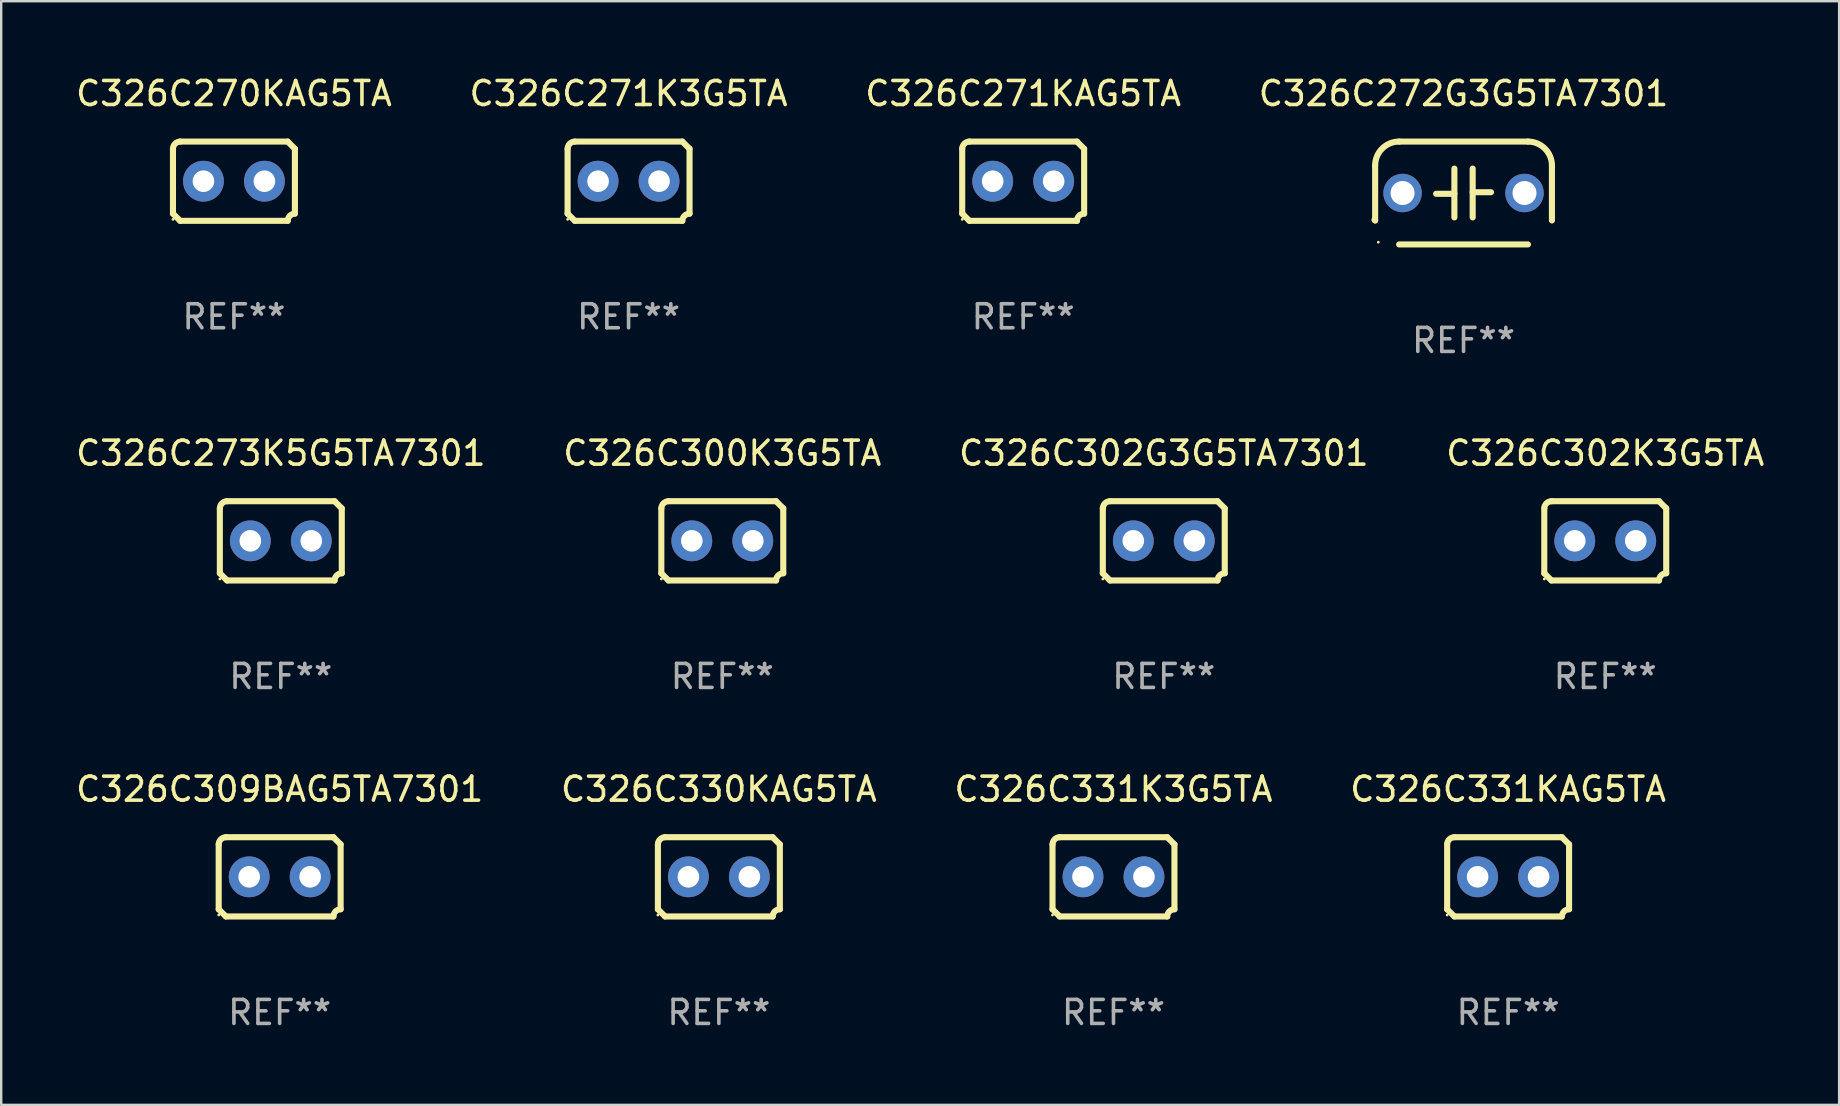
<source format=kicad_pcb>
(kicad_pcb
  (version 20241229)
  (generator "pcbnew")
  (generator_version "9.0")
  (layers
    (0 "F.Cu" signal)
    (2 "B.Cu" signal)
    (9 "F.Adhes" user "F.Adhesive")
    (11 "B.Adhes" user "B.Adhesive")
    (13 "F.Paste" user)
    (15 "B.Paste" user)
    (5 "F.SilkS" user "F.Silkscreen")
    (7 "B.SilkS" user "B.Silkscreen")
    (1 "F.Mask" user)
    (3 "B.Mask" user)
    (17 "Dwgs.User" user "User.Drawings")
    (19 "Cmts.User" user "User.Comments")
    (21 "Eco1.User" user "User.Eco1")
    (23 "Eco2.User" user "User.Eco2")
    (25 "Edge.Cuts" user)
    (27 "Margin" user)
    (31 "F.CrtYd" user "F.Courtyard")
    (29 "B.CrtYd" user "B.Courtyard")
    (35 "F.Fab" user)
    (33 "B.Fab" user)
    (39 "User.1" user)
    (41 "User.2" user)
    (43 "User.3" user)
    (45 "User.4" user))
  (footprint "C326C331KAG5TA"
    (layer "F.Cu")
    (at 59.78 33.48)
    (property "Reference" "C326C331KAG5TA" (at 0 -3.651 0) (layer "F.SilkS") (effects (font (size 1 1) (thickness 0.15))))
    (attr through_hole)
    (fp_line (start -2.54 -1.351) (end -2.54 1.351) (stroke (width 0.254) (type solid)) (layer "F.SilkS"))
    (fp_line (start -2.24 -1.651) (end 2.24 -1.651) (stroke (width 0.254) (type solid)) (layer "F.SilkS"))
    (fp_line (start 2.24 1.651) (end -2.24 1.651) (stroke (width 0.254) (type solid)) (layer "F.SilkS"))
    (fp_line (start 2.54 1.351) (end 2.54 -1.351) (stroke (width 0.254) (type solid)) (layer "F.SilkS"))
    (fp_arc (start -2.540005 -1.351283) (mid -2.450115 -1.561309) (end -2.240005 -1.651003) (stroke (width 0.254001) (type solid)) (layer "F.SilkS"))
    (fp_arc (start -2.240287 1.651001) (mid -2.390163 1.501019) (end -2.540005 1.351003) (stroke (width 0.254001) (type solid)) (layer "F.SilkS"))
    (fp_arc (start 2.240005 1.651003) (mid 2.329934 1.441015) (end 2.540005 1.351282) (stroke (width 0.254001) (type solid)) (layer "F.SilkS"))
    (fp_arc (start 2.540005 -1.351003) (mid 2.389393 -1.500252) (end 2.240284 -1.651003) (stroke (width 0.254001) (type solid)) (layer "F.SilkS"))
    (fp_circle (center -2.54 1.59) (end -2.51 1.59) (stroke (width 0.06) (type solid)) (fill no) (layer "F.SilkS"))
    (fp_text user "REF**" (at 0 5.651 0) (layer "F.Fab") (effects (font (size 1 1) (thickness 0.15))))
    (pad "1" thru_hole circle (at -1.27 0) (size 1.7 1.7) (drill 0.9) (layers "*.Cu" "*.Mask"))
    (pad "2" thru_hole circle (at 1.27 0) (size 1.7 1.7) (drill 0.9) (layers "*.Cu" "*.Mask")))
  (footprint "C326C270KAG5TA"
    (layer "F.Cu")
    (at 6.696 4.499)
    (property "Reference" "C326C270KAG5TA" (at 0 -3.651 0) (layer "F.SilkS") (effects (font (size 1 1) (thickness 0.15))))
    (attr through_hole)
    (fp_line (start -2.54 -1.351) (end -2.54 1.351) (stroke (width 0.254) (type solid)) (layer "F.SilkS"))
    (fp_line (start -2.24 -1.651) (end 2.24 -1.651) (stroke (width 0.254) (type solid)) (layer "F.SilkS"))
    (fp_line (start 2.24 1.651) (end -2.24 1.651) (stroke (width 0.254) (type solid)) (layer "F.SilkS"))
    (fp_line (start 2.54 1.351) (end 2.54 -1.351) (stroke (width 0.254) (type solid)) (layer "F.SilkS"))
    (fp_arc (start -2.540005 -1.351283) (mid -2.450115 -1.561309) (end -2.240005 -1.651003) (stroke (width 0.254001) (type solid)) (layer "F.SilkS"))
    (fp_arc (start -2.240287 1.651001) (mid -2.390163 1.501019) (end -2.540005 1.351003) (stroke (width 0.254001) (type solid)) (layer "F.SilkS"))
    (fp_arc (start 2.240005 1.651003) (mid 2.329934 1.441015) (end 2.540005 1.351282) (stroke (width 0.254001) (type solid)) (layer "F.SilkS"))
    (fp_arc (start 2.540005 -1.351003) (mid 2.389393 -1.500252) (end 2.240284 -1.651003) (stroke (width 0.254001) (type solid)) (layer "F.SilkS"))
    (fp_circle (center -2.54 1.59) (end -2.51 1.59) (stroke (width 0.06) (type solid)) (fill no) (layer "F.SilkS"))
    (fp_text user "REF**" (at 0 5.651 0) (layer "F.Fab") (effects (font (size 1 1) (thickness 0.15))))
    (pad "1" thru_hole circle (at -1.27 0) (size 1.7 1.7) (drill 0.9) (layers "*.Cu" "*.Mask"))
    (pad "2" thru_hole circle (at 1.27 0) (size 1.7 1.7) (drill 0.9) (layers "*.Cu" "*.Mask")))
  (footprint "C326C271KAG5TA"
    (layer "F.Cu")
    (at 39.577 4.499)
    (property "Reference" "C326C271KAG5TA" (at 0 -3.651 0) (layer "F.SilkS") (effects (font (size 1 1) (thickness 0.15))))
    (attr through_hole)
    (fp_line (start -2.54 -1.351) (end -2.54 1.351) (stroke (width 0.254) (type solid)) (layer "F.SilkS"))
    (fp_line (start -2.24 -1.651) (end 2.24 -1.651) (stroke (width 0.254) (type solid)) (layer "F.SilkS"))
    (fp_line (start 2.24 1.651) (end -2.24 1.651) (stroke (width 0.254) (type solid)) (layer "F.SilkS"))
    (fp_line (start 2.54 1.351) (end 2.54 -1.351) (stroke (width 0.254) (type solid)) (layer "F.SilkS"))
    (fp_arc (start -2.540005 -1.351283) (mid -2.450115 -1.561309) (end -2.240005 -1.651003) (stroke (width 0.254001) (type solid)) (layer "F.SilkS"))
    (fp_arc (start -2.240287 1.651001) (mid -2.390163 1.501019) (end -2.540005 1.351003) (stroke (width 0.254001) (type solid)) (layer "F.SilkS"))
    (fp_arc (start 2.240005 1.651003) (mid 2.329934 1.441015) (end 2.540005 1.351282) (stroke (width 0.254001) (type solid)) (layer "F.SilkS"))
    (fp_arc (start 2.540005 -1.351003) (mid 2.389393 -1.500252) (end 2.240284 -1.651003) (stroke (width 0.254001) (type solid)) (layer "F.SilkS"))
    (fp_circle (center -2.54 1.59) (end -2.51 1.59) (stroke (width 0.06) (type solid)) (fill no) (layer "F.SilkS"))
    (fp_text user "REF**" (at 0 5.651 0) (layer "F.Fab") (effects (font (size 1 1) (thickness 0.15))))
    (pad "1" thru_hole circle (at -1.27 0) (size 1.7 1.7) (drill 0.9) (layers "*.Cu" "*.Mask"))
    (pad "2" thru_hole circle (at 1.27 0) (size 1.7 1.7) (drill 0.9) (layers "*.Cu" "*.Mask")))
  (footprint "C326C302G3G5TA7301"
    (layer "F.Cu")
    (at 45.435 19.482)
    (property "Reference" "C326C302G3G5TA7301" (at 0 -3.651 0) (layer "F.SilkS") (effects (font (size 1 1) (thickness 0.15))))
    (attr through_hole)
    (fp_line (start -2.54 -1.351) (end -2.54 1.351) (stroke (width 0.254) (type solid)) (layer "F.SilkS"))
    (fp_line (start -2.24 -1.651) (end 2.24 -1.651) (stroke (width 0.254) (type solid)) (layer "F.SilkS"))
    (fp_line (start 2.24 1.651) (end -2.24 1.651) (stroke (width 0.254) (type solid)) (layer "F.SilkS"))
    (fp_line (start 2.54 1.351) (end 2.54 -1.351) (stroke (width 0.254) (type solid)) (layer "F.SilkS"))
    (fp_arc (start -2.540005 -1.351283) (mid -2.450115 -1.561309) (end -2.240005 -1.651003) (stroke (width 0.254001) (type solid)) (layer "F.SilkS"))
    (fp_arc (start -2.240287 1.651001) (mid -2.390163 1.501019) (end -2.540005 1.351003) (stroke (width 0.254001) (type solid)) (layer "F.SilkS"))
    (fp_arc (start 2.240005 1.651003) (mid 2.329934 1.441015) (end 2.540005 1.351282) (stroke (width 0.254001) (type solid)) (layer "F.SilkS"))
    (fp_arc (start 2.540005 -1.351003) (mid 2.389393 -1.500252) (end 2.240284 -1.651003) (stroke (width 0.254001) (type solid)) (layer "F.SilkS"))
    (fp_circle (center -2.54 1.59) (end -2.51 1.59) (stroke (width 0.06) (type solid)) (fill no) (layer "F.SilkS"))
    (fp_text user "REF**" (at 0 5.651 0) (layer "F.Fab") (effects (font (size 1 1) (thickness 0.15))))
    (pad "1" thru_hole circle (at -1.27 0) (size 1.7 1.7) (drill 0.9) (layers "*.Cu" "*.Mask"))
    (pad "2" thru_hole circle (at 1.27 0) (size 1.7 1.7) (drill 0.9) (layers "*.Cu" "*.Mask")))
  (footprint "C326C272G3G5TA7301"
    (layer "F.Cu")
    (at 57.923 4.991)
    (property "Reference" "C326C272G3G5TA7301" (at 0 -4.143 0) (layer "F.SilkS") (effects (font (size 1 1) (thickness 0.15))))
    (attr through_hole)
    (fp_line (start -3.683 -1.143) (end -3.683 1.143) (stroke (width 0.254) (type solid)) (layer "F.SilkS"))
    (fp_line (start -2.683 -2.143) (end 2.683 -2.143) (stroke (width 0.254) (type solid)) (layer "F.SilkS"))
    (fp_line (start -0.381 0.033) (end -1.143 0.033) (stroke (width 0.254) (type solid)) (layer "F.SilkS"))
    (fp_line (start -0.381 1.016) (end -0.381 -1.016) (stroke (width 0.254) (type solid)) (layer "F.SilkS"))
    (fp_line (start 0.381 -1.016) (end 0.381 1.016) (stroke (width 0.254) (type solid)) (layer "F.SilkS"))
    (fp_line (start 0.381 -0.033) (end 1.143 -0.033) (stroke (width 0.254) (type solid)) (layer "F.SilkS"))
    (fp_line (start 2.683 2.143) (end -2.683 2.143) (stroke (width 0.254) (type solid)) (layer "F.SilkS"))
    (fp_line (start 3.683 1.143) (end 3.683 -1.143) (stroke (width 0.254) (type solid)) (layer "F.SilkS"))
    (fp_arc (start -3.710292 1.115763) (mid -3.696656 1.129383) (end -3.68302 1.143002) (stroke (width 0.254001) (type solid)) (layer "F.SilkS"))
    (fp_arc (start -3.682994 -1.142977) (mid -3.390088 -1.850114) (end -2.682944 -2.143002) (stroke (width 0.254001) (type solid)) (layer "F.SilkS"))
    (fp_arc (start 2.682994 -2.143028) (mid 3.390106 -1.850122) (end 3.682995 -1.143002) (stroke (width 0.254001) (type solid)) (layer "F.SilkS"))
    (fp_circle (center -3.55 2.05) (end -3.52 2.05) (stroke (width 0.06) (type solid)) (fill no) (layer "F.SilkS"))
    (fp_text user "REF**" (at 0 6.143 0) (layer "F.Fab") (effects (font (size 1 1) (thickness 0.15))))
    (pad "1" thru_hole circle (at -2.54 0) (size 1.6 1.6) (drill 1) (layers "*.Cu" "*.Mask"))
    (pad "2" thru_hole circle (at 2.54 0) (size 1.6 1.6) (drill 1) (layers "*.Cu" "*.Mask")))
  (footprint "C326C330KAG5TA"
    (layer "F.Cu")
    (at 26.899 33.48)
    (property "Reference" "C326C330KAG5TA" (at 0 -3.651 0) (layer "F.SilkS") (effects (font (size 1 1) (thickness 0.15))))
    (attr through_hole)
    (fp_line (start -2.54 -1.351) (end -2.54 1.351) (stroke (width 0.254) (type solid)) (layer "F.SilkS"))
    (fp_line (start -2.24 -1.651) (end 2.24 -1.651) (stroke (width 0.254) (type solid)) (layer "F.SilkS"))
    (fp_line (start 2.24 1.651) (end -2.24 1.651) (stroke (width 0.254) (type solid)) (layer "F.SilkS"))
    (fp_line (start 2.54 1.351) (end 2.54 -1.351) (stroke (width 0.254) (type solid)) (layer "F.SilkS"))
    (fp_arc (start -2.540005 -1.351283) (mid -2.450115 -1.561309) (end -2.240005 -1.651003) (stroke (width 0.254001) (type solid)) (layer "F.SilkS"))
    (fp_arc (start -2.240287 1.651001) (mid -2.390163 1.501019) (end -2.540005 1.351003) (stroke (width 0.254001) (type solid)) (layer "F.SilkS"))
    (fp_arc (start 2.240005 1.651003) (mid 2.329934 1.441015) (end 2.540005 1.351282) (stroke (width 0.254001) (type solid)) (layer "F.SilkS"))
    (fp_arc (start 2.540005 -1.351003) (mid 2.389393 -1.500252) (end 2.240284 -1.651003) (stroke (width 0.254001) (type solid)) (layer "F.SilkS"))
    (fp_circle (center -2.54 1.59) (end -2.51 1.59) (stroke (width 0.06) (type solid)) (fill no) (layer "F.SilkS"))
    (fp_text user "REF**" (at 0 5.651 0) (layer "F.Fab") (effects (font (size 1 1) (thickness 0.15))))
    (pad "1" thru_hole circle (at -1.27 0) (size 1.7 1.7) (drill 0.9) (layers "*.Cu" "*.Mask"))
    (pad "2" thru_hole circle (at 1.27 0) (size 1.7 1.7) (drill 0.9) (layers "*.Cu" "*.Mask")))
  (footprint "C326C271K3G5TA"
    (layer "F.Cu")
    (at 23.137 4.499)
    (property "Reference" "C326C271K3G5TA" (at 0 -3.651 0) (layer "F.SilkS") (effects (font (size 1 1) (thickness 0.15))))
    (attr through_hole)
    (fp_line (start -2.54 -1.351) (end -2.54 1.351) (stroke (width 0.254) (type solid)) (layer "F.SilkS"))
    (fp_line (start -2.24 -1.651) (end 2.24 -1.651) (stroke (width 0.254) (type solid)) (layer "F.SilkS"))
    (fp_line (start 2.24 1.651) (end -2.24 1.651) (stroke (width 0.254) (type solid)) (layer "F.SilkS"))
    (fp_line (start 2.54 1.351) (end 2.54 -1.351) (stroke (width 0.254) (type solid)) (layer "F.SilkS"))
    (fp_arc (start -2.540005 -1.351283) (mid -2.450115 -1.561309) (end -2.240005 -1.651003) (stroke (width 0.254001) (type solid)) (layer "F.SilkS"))
    (fp_arc (start -2.240287 1.651001) (mid -2.390163 1.501019) (end -2.540005 1.351003) (stroke (width 0.254001) (type solid)) (layer "F.SilkS"))
    (fp_arc (start 2.240005 1.651003) (mid 2.329934 1.441015) (end 2.540005 1.351282) (stroke (width 0.254001) (type solid)) (layer "F.SilkS"))
    (fp_arc (start 2.540005 -1.351003) (mid 2.389393 -1.500252) (end 2.240284 -1.651003) (stroke (width 0.254001) (type solid)) (layer "F.SilkS"))
    (fp_circle (center -2.54 1.59) (end -2.51 1.59) (stroke (width 0.06) (type solid)) (fill no) (layer "F.SilkS"))
    (fp_text user "REF**" (at 0 5.651 0) (layer "F.Fab") (effects (font (size 1 1) (thickness 0.15))))
    (pad "1" thru_hole circle (at -1.27 0) (size 1.7 1.7) (drill 0.9) (layers "*.Cu" "*.Mask"))
    (pad "2" thru_hole circle (at 1.27 0) (size 1.7 1.7) (drill 0.9) (layers "*.Cu" "*.Mask")))
  (footprint "C326C302K3G5TA"
    (layer "F.Cu")
    (at 63.827 19.482)
    (property "Reference" "C326C302K3G5TA" (at 0 -3.651 0) (layer "F.SilkS") (effects (font (size 1 1) (thickness 0.15))))
    (attr through_hole)
    (fp_line (start -2.54 -1.351) (end -2.54 1.351) (stroke (width 0.254) (type solid)) (layer "F.SilkS"))
    (fp_line (start -2.24 -1.651) (end 2.24 -1.651) (stroke (width 0.254) (type solid)) (layer "F.SilkS"))
    (fp_line (start 2.24 1.651) (end -2.24 1.651) (stroke (width 0.254) (type solid)) (layer "F.SilkS"))
    (fp_line (start 2.54 1.351) (end 2.54 -1.351) (stroke (width 0.254) (type solid)) (layer "F.SilkS"))
    (fp_arc (start -2.540005 -1.351283) (mid -2.450115 -1.561309) (end -2.240005 -1.651003) (stroke (width 0.254001) (type solid)) (layer "F.SilkS"))
    (fp_arc (start -2.240287 1.651001) (mid -2.390163 1.501019) (end -2.540005 1.351003) (stroke (width 0.254001) (type solid)) (layer "F.SilkS"))
    (fp_arc (start 2.240005 1.651003) (mid 2.329934 1.441015) (end 2.540005 1.351282) (stroke (width 0.254001) (type solid)) (layer "F.SilkS"))
    (fp_arc (start 2.540005 -1.351003) (mid 2.389393 -1.500252) (end 2.240284 -1.651003) (stroke (width 0.254001) (type solid)) (layer "F.SilkS"))
    (fp_circle (center -2.54 1.59) (end -2.51 1.59) (stroke (width 0.06) (type solid)) (fill no) (layer "F.SilkS"))
    (fp_text user "REF**" (at 0 5.651 0) (layer "F.Fab") (effects (font (size 1 1) (thickness 0.15))))
    (pad "1" thru_hole circle (at -1.27 0) (size 1.7 1.7) (drill 0.9) (layers "*.Cu" "*.Mask"))
    (pad "2" thru_hole circle (at 1.27 0) (size 1.7 1.7) (drill 0.9) (layers "*.Cu" "*.Mask")))
  (footprint "C326C273K5G5TA7301"
    (layer "F.Cu")
    (at 8.649 19.482)
    (property "Reference" "C326C273K5G5TA7301" (at 0 -3.651 0) (layer "F.SilkS") (effects (font (size 1 1) (thickness 0.15))))
    (attr through_hole)
    (fp_line (start -2.54 -1.351) (end -2.54 1.351) (stroke (width 0.254) (type solid)) (layer "F.SilkS"))
    (fp_line (start -2.24 -1.651) (end 2.24 -1.651) (stroke (width 0.254) (type solid)) (layer "F.SilkS"))
    (fp_line (start 2.24 1.651) (end -2.24 1.651) (stroke (width 0.254) (type solid)) (layer "F.SilkS"))
    (fp_line (start 2.54 1.351) (end 2.54 -1.351) (stroke (width 0.254) (type solid)) (layer "F.SilkS"))
    (fp_arc (start -2.540005 -1.351283) (mid -2.450115 -1.561309) (end -2.240005 -1.651003) (stroke (width 0.254001) (type solid)) (layer "F.SilkS"))
    (fp_arc (start -2.240287 1.651001) (mid -2.390163 1.501019) (end -2.540005 1.351003) (stroke (width 0.254001) (type solid)) (layer "F.SilkS"))
    (fp_arc (start 2.240005 1.651003) (mid 2.329934 1.441015) (end 2.540005 1.351282) (stroke (width 0.254001) (type solid)) (layer "F.SilkS"))
    (fp_arc (start 2.540005 -1.351003) (mid 2.389393 -1.500252) (end 2.240284 -1.651003) (stroke (width 0.254001) (type solid)) (layer "F.SilkS"))
    (fp_circle (center -2.54 1.59) (end -2.51 1.59) (stroke (width 0.06) (type solid)) (fill no) (layer "F.SilkS"))
    (fp_text user "REF**" (at 0 5.651 0) (layer "F.Fab") (effects (font (size 1 1) (thickness 0.15))))
    (pad "1" thru_hole circle (at -1.27 0) (size 1.7 1.7) (drill 0.9) (layers "*.Cu" "*.Mask"))
    (pad "2" thru_hole circle (at 1.27 0) (size 1.7 1.7) (drill 0.9) (layers "*.Cu" "*.Mask")))
  (footprint "C326C331K3G5TA"
    (layer "F.Cu")
    (at 43.339 33.48)
    (property "Reference" "C326C331K3G5TA" (at 0 -3.651 0) (layer "F.SilkS") (effects (font (size 1 1) (thickness 0.15))))
    (attr through_hole)
    (fp_line (start -2.54 -1.351) (end -2.54 1.351) (stroke (width 0.254) (type solid)) (layer "F.SilkS"))
    (fp_line (start -2.24 -1.651) (end 2.24 -1.651) (stroke (width 0.254) (type solid)) (layer "F.SilkS"))
    (fp_line (start 2.24 1.651) (end -2.24 1.651) (stroke (width 0.254) (type solid)) (layer "F.SilkS"))
    (fp_line (start 2.54 1.351) (end 2.54 -1.351) (stroke (width 0.254) (type solid)) (layer "F.SilkS"))
    (fp_arc (start -2.540005 -1.351283) (mid -2.450115 -1.561309) (end -2.240005 -1.651003) (stroke (width 0.254001) (type solid)) (layer "F.SilkS"))
    (fp_arc (start -2.240287 1.651001) (mid -2.390163 1.501019) (end -2.540005 1.351003) (stroke (width 0.254001) (type solid)) (layer "F.SilkS"))
    (fp_arc (start 2.240005 1.651003) (mid 2.329934 1.441015) (end 2.540005 1.351282) (stroke (width 0.254001) (type solid)) (layer "F.SilkS"))
    (fp_arc (start 2.540005 -1.351003) (mid 2.389393 -1.500252) (end 2.240284 -1.651003) (stroke (width 0.254001) (type solid)) (layer "F.SilkS"))
    (fp_circle (center -2.54 1.59) (end -2.51 1.59) (stroke (width 0.06) (type solid)) (fill no) (layer "F.SilkS"))
    (fp_text user "REF**" (at 0 5.651 0) (layer "F.Fab") (effects (font (size 1 1) (thickness 0.15))))
    (pad "1" thru_hole circle (at -1.27 0) (size 1.7 1.7) (drill 0.9) (layers "*.Cu" "*.Mask"))
    (pad "2" thru_hole circle (at 1.27 0) (size 1.7 1.7) (drill 0.9) (layers "*.Cu" "*.Mask")))
  (footprint "C326C309BAG5TA7301"
    (layer "F.Cu")
    (at 8.601 33.48)
    (property "Reference" "C326C309BAG5TA7301" (at 0 -3.651 0) (layer "F.SilkS") (effects (font (size 1 1) (thickness 0.15))))
    (attr through_hole)
    (fp_line (start -2.54 -1.351) (end -2.54 1.351) (stroke (width 0.254) (type solid)) (layer "F.SilkS"))
    (fp_line (start -2.24 -1.651) (end 2.24 -1.651) (stroke (width 0.254) (type solid)) (layer "F.SilkS"))
    (fp_line (start 2.24 1.651) (end -2.24 1.651) (stroke (width 0.254) (type solid)) (layer "F.SilkS"))
    (fp_line (start 2.54 1.351) (end 2.54 -1.351) (stroke (width 0.254) (type solid)) (layer "F.SilkS"))
    (fp_arc (start -2.540005 -1.351283) (mid -2.450115 -1.561309) (end -2.240005 -1.651003) (stroke (width 0.254001) (type solid)) (layer "F.SilkS"))
    (fp_arc (start -2.240287 1.651001) (mid -2.390163 1.501019) (end -2.540005 1.351003) (stroke (width 0.254001) (type solid)) (layer "F.SilkS"))
    (fp_arc (start 2.240005 1.651003) (mid 2.329934 1.441015) (end 2.540005 1.351282) (stroke (width 0.254001) (type solid)) (layer "F.SilkS"))
    (fp_arc (start 2.540005 -1.351003) (mid 2.389393 -1.500252) (end 2.240284 -1.651003) (stroke (width 0.254001) (type solid)) (layer "F.SilkS"))
    (fp_circle (center -2.54 1.59) (end -2.51 1.59) (stroke (width 0.06) (type solid)) (fill no) (layer "F.SilkS"))
    (fp_text user "REF**" (at 0 5.651 0) (layer "F.Fab") (effects (font (size 1 1) (thickness 0.15))))
    (pad "1" thru_hole circle (at -1.27 0) (size 1.7 1.7) (drill 0.9) (layers "*.Cu" "*.Mask"))
    (pad "2" thru_hole circle (at 1.27 0) (size 1.7 1.7) (drill 0.9) (layers "*.Cu" "*.Mask")))
  (footprint "C326C300K3G5TA"
    (layer "F.Cu")
    (at 27.042 19.482)
    (property "Reference" "C326C300K3G5TA" (at 0 -3.651 0) (layer "F.SilkS") (effects (font (size 1 1) (thickness 0.15))))
    (attr through_hole)
    (fp_line (start -2.54 -1.351) (end -2.54 1.351) (stroke (width 0.254) (type solid)) (layer "F.SilkS"))
    (fp_line (start -2.24 -1.651) (end 2.24 -1.651) (stroke (width 0.254) (type solid)) (layer "F.SilkS"))
    (fp_line (start 2.24 1.651) (end -2.24 1.651) (stroke (width 0.254) (type solid)) (layer "F.SilkS"))
    (fp_line (start 2.54 1.351) (end 2.54 -1.351) (stroke (width 0.254) (type solid)) (layer "F.SilkS"))
    (fp_arc (start -2.540005 -1.351283) (mid -2.450115 -1.561309) (end -2.240005 -1.651003) (stroke (width 0.254001) (type solid)) (layer "F.SilkS"))
    (fp_arc (start -2.240287 1.651001) (mid -2.390163 1.501019) (end -2.540005 1.351003) (stroke (width 0.254001) (type solid)) (layer "F.SilkS"))
    (fp_arc (start 2.240005 1.651003) (mid 2.329934 1.441015) (end 2.540005 1.351282) (stroke (width 0.254001) (type solid)) (layer "F.SilkS"))
    (fp_arc (start 2.540005 -1.351003) (mid 2.389393 -1.500252) (end 2.240284 -1.651003) (stroke (width 0.254001) (type solid)) (layer "F.SilkS"))
    (fp_circle (center -2.54 1.59) (end -2.51 1.59) (stroke (width 0.06) (type solid)) (fill no) (layer "F.SilkS"))
    (fp_text user "REF**" (at 0 5.651 0) (layer "F.Fab") (effects (font (size 1 1) (thickness 0.15))))
    (pad "1" thru_hole circle (at -1.27 0) (size 1.7 1.7) (drill 0.9) (layers "*.Cu" "*.Mask"))
    (pad "2" thru_hole circle (at 1.27 0) (size 1.7 1.7) (drill 0.9) (layers "*.Cu" "*.Mask")))
  (gr_rect
    (start -3 -3)
    (end 73.571 42.98)
    (stroke (width 0.1) (type default))
    (fill no)
    (layer "Edge.Cuts")))
</source>
